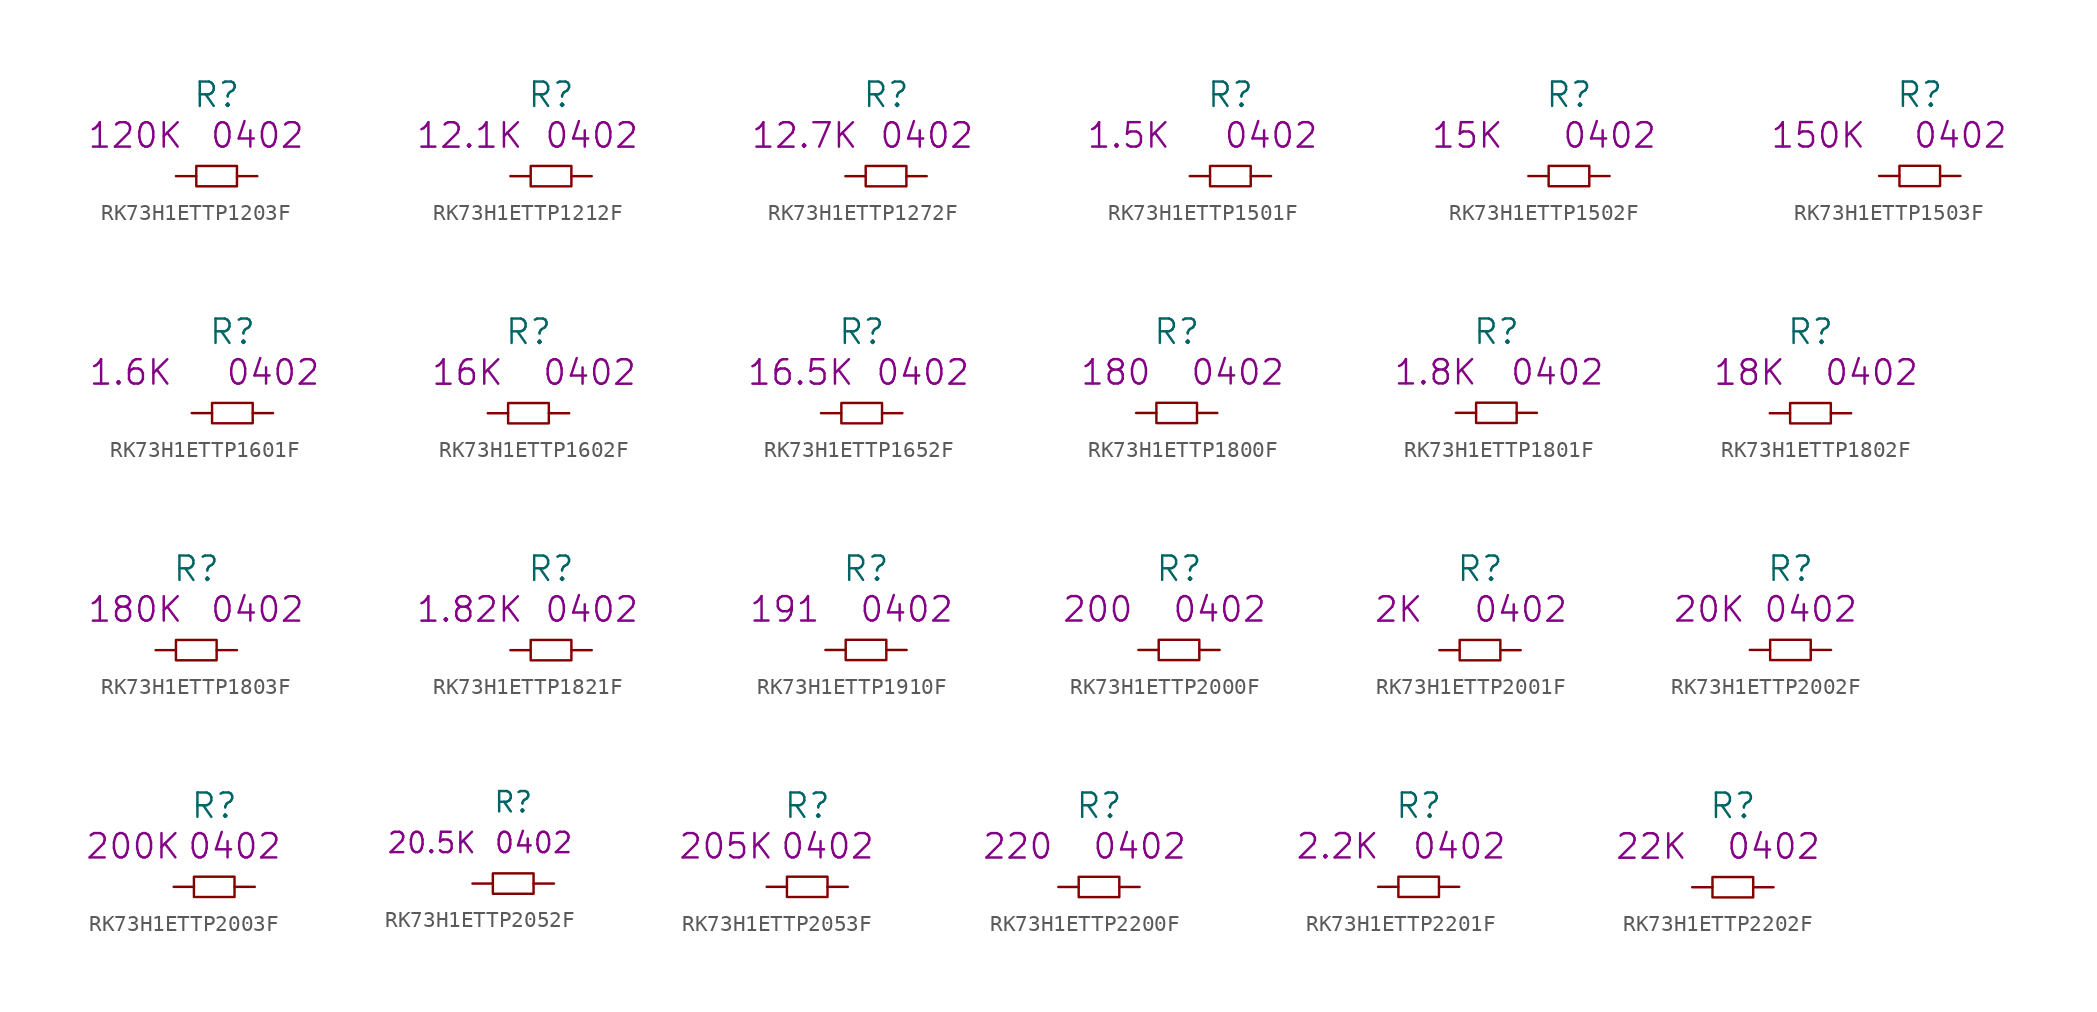
<source format=kicad_sym>
(kicad_symbol_lib
  (version 20220914)
  (generator kicad_symbol_editor)
  (symbol "RK73H1ETTP1203F"
    (pin_numbers hide)
    (pin_names
      (offset 1.016) hide)
    (property "Reference" "R"
      (at 0 5.08 0)
      (effects (font (size 1.524 1.524))))
    (property "Datasheet" ""
      (at 0 5.08 0)
      (effects (font (size 1.524 1.524))))
    (property "Size" "0402"
      (at 2.54 2.54 0)
      (effects (font (size 1.524 1.524))))
    (property "Value2" "120K"
      (at -5.08 2.54 0)
      (effects (font (size 1.524 1.524))))
    (symbol "RK73H1ETTP1203F_0_1"
      (rectangle (start -1.27 0.635) (end 1.27 -0.635) (stroke (width 0) (type solid)) (fill (type none))))
    (symbol "RK73H1ETTP1203F_1_1"
      (pin passive line (at -2.54 0 0) (length 1.27) (name "1" (effects (font (size 1.27 1.27)))) (number "1" (effects (font (size 1.27 1.27)))))
      (pin passive line (at 2.54 0 180) (length 1.27) (name "2" (effects (font (size 1.27 1.27)))) (number "2" (effects (font (size 1.27 1.27)))))))
  (symbol "RK73H1ETTP1212F"
    (pin_numbers hide)
    (pin_names
      (offset 1.016) hide)
    (property "Reference" "R"
      (at 0 5.08 0)
      (effects (font (size 1.524 1.524))))
    (property "Datasheet" ""
      (at 0 5.08 0)
      (effects (font (size 1.524 1.524))))
    (property "Value2" "12.1K"
      (at -5.08 2.54 0)
      (effects (font (size 1.524 1.524))))
    (property "Size" "0402"
      (at 2.54 2.54 0)
      (effects (font (size 1.524 1.524))))
    (symbol "RK73H1ETTP1212F_0_1"
      (rectangle (start -1.27 0.635) (end 1.27 -0.635) (stroke (width 0) (type solid)) (fill (type none))))
    (symbol "RK73H1ETTP1212F_1_1"
      (pin input line (at -2.54 0 0) (length 1.27) (name "1" (effects (font (size 1.27 1.27)))) (number "1" (effects (font (size 1.27 1.27)))))
      (pin input line (at 2.54 0 180) (length 1.27) (name "2" (effects (font (size 1.27 1.27)))) (number "2" (effects (font (size 1.27 1.27)))))))
  (symbol "RK73H1ETTP1272F"
    (pin_numbers hide)
    (pin_names
      (offset 1.016) hide)
    (property "Reference" "R"
      (at 0 5.08 0)
      (effects (font (size 1.524 1.524))))
    (property "Datasheet" ""
      (at 0 5.08 0)
      (effects (font (size 1.524 1.524))))
    (property "Value2" "12.7K"
      (at -5.08 2.54 0)
      (effects (font (size 1.524 1.524))))
    (property "Size" "0402"
      (at 2.54 2.54 0)
      (effects (font (size 1.524 1.524))))
    (symbol "RK73H1ETTP1272F_0_1"
      (rectangle (start -1.27 0.635) (end 1.27 -0.635) (stroke (width 0) (type solid)) (fill (type none))))
    (symbol "RK73H1ETTP1272F_1_1"
      (pin passive line (at -2.54 0 0) (length 1.27) (name "1" (effects (font (size 1.27 1.27)))) (number "1" (effects (font (size 1.27 1.27)))))
      (pin passive line (at 2.54 0 180) (length 1.27) (name "2" (effects (font (size 1.27 1.27)))) (number "2" (effects (font (size 1.27 1.27)))))))
  (symbol "RK73H1ETTP1501F"
    (pin_numbers hide)
    (pin_names
      (offset 1.016) hide)
    (property "Reference" "R"
      (at 0 5.08 0)
      (effects (font (size 1.524 1.524))))
    (property "Datasheet" ""
      (at 0 0 0)
      (effects (font (size 1.524 1.524))))
    (property "Value2" "1.5K"
      (at -6.35 2.54 0)
      (effects (font (size 1.524 1.524))))
    (property "Size" "0402"
      (at 2.54 2.54 0)
      (effects (font (size 1.524 1.524))))
    (symbol "RK73H1ETTP1501F_0_1"
      (rectangle (start -1.27 0.635) (end 1.27 -0.635) (stroke (width 0) (type solid)) (fill (type none))))
    (symbol "RK73H1ETTP1501F_1_1"
      (pin passive line (at -2.54 0 0) (length 1.27) (name "1" (effects (font (size 1.27 1.27)))) (number "1" (effects (font (size 1.27 1.27)))))
      (pin passive line (at 2.54 0 180) (length 1.27) (name "2" (effects (font (size 1.27 1.27)))) (number "2" (effects (font (size 1.27 1.27)))))))
  (symbol "RK73H1ETTP1502F"
    (pin_numbers hide)
    (pin_names
      (offset 1.016) hide)
    (property "Reference" "R"
      (at 0 5.08 0)
      (effects (font (size 1.524 1.524))))
    (property "Datasheet" ""
      (at 0 0 0)
      (effects (font (size 1.524 1.524))))
    (property "Value2" "15K"
      (at -6.35 2.54 0)
      (effects (font (size 1.524 1.524))))
    (property "Size" "0402"
      (at 2.54 2.54 0)
      (effects (font (size 1.524 1.524))))
    (symbol "RK73H1ETTP1502F_0_1"
      (rectangle (start -1.27 0.635) (end 1.27 -0.635) (stroke (width 0) (type solid)) (fill (type none))))
    (symbol "RK73H1ETTP1502F_1_1"
      (pin passive line (at -2.54 0 0) (length 1.27) (name "1" (effects (font (size 1.27 1.27)))) (number "1" (effects (font (size 1.27 1.27)))))
      (pin passive line (at 2.54 0 180) (length 1.27) (name "2" (effects (font (size 1.27 1.27)))) (number "2" (effects (font (size 1.27 1.27)))))))
  (symbol "RK73H1ETTP1503F"
    (pin_numbers hide)
    (pin_names
      (offset 1.016) hide)
    (property "Reference" "R"
      (at 0 5.08 0)
      (effects (font (size 1.524 1.524))))
    (property "Datasheet" ""
      (at 0 0 0)
      (effects (font (size 1.524 1.524))))
    (property "Value2" "150K"
      (at -6.35 2.54 0)
      (effects (font (size 1.524 1.524))))
    (property "Size" "0402"
      (at 2.54 2.54 0)
      (effects (font (size 1.524 1.524))))
    (symbol "RK73H1ETTP1503F_0_1"
      (rectangle (start -1.27 0.635) (end 1.27 -0.635) (stroke (width 0) (type solid)) (fill (type none))))
    (symbol "RK73H1ETTP1503F_1_1"
      (pin passive line (at -2.54 0 0) (length 1.27) (name "1" (effects (font (size 1.27 1.27)))) (number "1" (effects (font (size 1.27 1.27)))))
      (pin passive line (at 2.54 0 180) (length 1.27) (name "2" (effects (font (size 1.27 1.27)))) (number "2" (effects (font (size 1.27 1.27)))))))
  (symbol "RK73H1ETTP1601F"
    (pin_numbers hide)
    (pin_names
      (offset 1.016) hide)
    (property "Reference" "R"
      (at 0 5.08 0)
      (effects (font (size 1.524 1.524))))
    (property "Datasheet" ""
      (at 0 0 0)
      (effects (font (size 1.524 1.524))))
    (property "Value2" "1.6K"
      (at -6.35 2.54 0)
      (effects (font (size 1.524 1.524))))
    (property "Size" "0402"
      (at 2.54 2.54 0)
      (effects (font (size 1.524 1.524))))
    (symbol "RK73H1ETTP1601F_0_1"
      (rectangle (start -1.27 0.635) (end 1.27 -0.635) (stroke (width 0) (type solid)) (fill (type none))))
    (symbol "RK73H1ETTP1601F_1_1"
      (pin passive line (at -2.54 0 0) (length 1.27) (name "1" (effects (font (size 1.27 1.27)))) (number "1" (effects (font (size 1.27 1.27)))))
      (pin passive line (at 2.54 0 180) (length 1.27) (name "2" (effects (font (size 1.27 1.27)))) (number "2" (effects (font (size 1.27 1.27)))))))
  (symbol "RK73H1ETTP1602F"
    (pin_numbers hide)
    (pin_names
      (offset 1.016) hide)
    (property "Reference" "R"
      (at 0 5.08 0)
      (effects (font (size 1.524 1.524))))
    (property "Datasheet" ""
      (at 0 0 0)
      (effects (font (size 1.524 1.524))))
    (property "Value2" "16K"
      (at -3.81 2.54 0)
      (effects (font (size 1.524 1.524))))
    (property "Size" "0402"
      (at 3.81 2.54 0)
      (effects (font (size 1.524 1.524))))
    (symbol "RK73H1ETTP1602F_0_1"
      (rectangle (start -1.27 0.635) (end 1.27 -0.635) (stroke (width 0) (type solid)) (fill (type none))))
    (symbol "RK73H1ETTP1602F_1_1"
      (pin passive line (at -2.54 0 0) (length 1.27) (name "1" (effects (font (size 1.27 1.27)))) (number "1" (effects (font (size 1.27 1.27)))))
      (pin passive line (at 2.54 0 180) (length 1.27) (name "2" (effects (font (size 1.27 1.27)))) (number "2" (effects (font (size 1.27 1.27)))))))
  (symbol "RK73H1ETTP1652F"
    (pin_numbers hide)
    (pin_names
      (offset 1.016) hide)
    (property "Reference" "R"
      (at 0 5.08 0)
      (effects (font (size 1.524 1.524))))
    (property "Datasheet" ""
      (at 0 0 0)
      (effects (font (size 1.524 1.524))))
    (property "Value2" "16.5K"
      (at -3.81 2.54 0)
      (effects (font (size 1.524 1.524))))
    (property "Size" "0402"
      (at 3.81 2.54 0)
      (effects (font (size 1.524 1.524))))
    (symbol "RK73H1ETTP1652F_0_1"
      (rectangle (start -1.27 0.635) (end 1.27 -0.635) (stroke (width 0) (type solid)) (fill (type none))))
    (symbol "RK73H1ETTP1652F_1_1"
      (pin passive line (at -2.54 0 0) (length 1.27) (name "1" (effects (font (size 1.27 1.27)))) (number "1" (effects (font (size 1.27 1.27)))))
      (pin passive line (at 2.54 0 180) (length 1.27) (name "2" (effects (font (size 1.27 1.27)))) (number "2" (effects (font (size 1.27 1.27)))))))
  (symbol "RK73H1ETTP1800F"
    (pin_numbers hide)
    (pin_names
      (offset 1.016) hide)
    (property "Reference" "R"
      (at 0 5.08 0)
      (effects (font (size 1.524 1.524))))
    (property "Datasheet" ""
      (at 0 0 0)
      (effects (font (size 1.524 1.524))))
    (property "Value2" "180"
      (at -3.81 2.54 0)
      (effects (font (size 1.524 1.524))))
    (property "Size" "0402"
      (at 3.81 2.54 0)
      (effects (font (size 1.524 1.524))))
    (symbol "RK73H1ETTP1800F_0_1"
      (rectangle (start -1.27 0.635) (end 1.27 -0.635) (stroke (width 0) (type solid)) (fill (type none))))
    (symbol "RK73H1ETTP1800F_1_1"
      (pin passive line (at -2.54 0 0) (length 1.27) (name "1" (effects (font (size 1.27 1.27)))) (number "1" (effects (font (size 1.27 1.27)))))
      (pin passive line (at 2.54 0 180) (length 1.27) (name "2" (effects (font (size 1.27 1.27)))) (number "2" (effects (font (size 1.27 1.27)))))))
  (symbol "RK73H1ETTP1801F"
    (pin_numbers hide)
    (pin_names
      (offset 1.016) hide)
    (property "Reference" "R"
      (at 0 5.08 0)
      (effects (font (size 1.524 1.524))))
    (property "Datasheet" ""
      (at 0 0 0)
      (effects (font (size 1.524 1.524))))
    (property "Value2" "1.8K"
      (at -3.81 2.54 0)
      (effects (font (size 1.524 1.524))))
    (property "Size" "0402"
      (at 3.81 2.54 0)
      (effects (font (size 1.524 1.524))))
    (symbol "RK73H1ETTP1801F_0_1"
      (rectangle (start -1.27 0.635) (end 1.27 -0.635) (stroke (width 0) (type solid)) (fill (type none))))
    (symbol "RK73H1ETTP1801F_1_1"
      (pin passive line (at -2.54 0 0) (length 1.27) (name "1" (effects (font (size 1.27 1.27)))) (number "1" (effects (font (size 1.27 1.27)))))
      (pin passive line (at 2.54 0 180) (length 1.27) (name "2" (effects (font (size 1.27 1.27)))) (number "2" (effects (font (size 1.27 1.27)))))))
  (symbol "RK73H1ETTP1802F"
    (pin_numbers hide)
    (pin_names
      (offset 1.016) hide)
    (property "Reference" "R"
      (at 0 5.08 0)
      (effects (font (size 1.524 1.524))))
    (property "Datasheet" ""
      (at 0 0 0)
      (effects (font (size 1.524 1.524))))
    (property "Value2" "18K"
      (at -3.81 2.54 0)
      (effects (font (size 1.524 1.524))))
    (property "Size" "0402"
      (at 3.81 2.54 0)
      (effects (font (size 1.524 1.524))))
    (symbol "RK73H1ETTP1802F_0_1"
      (rectangle (start -1.27 0.635) (end 1.27 -0.635) (stroke (width 0) (type solid)) (fill (type none))))
    (symbol "RK73H1ETTP1802F_1_1"
      (pin passive line (at -2.54 0 0) (length 1.27) (name "1" (effects (font (size 1.27 1.27)))) (number "1" (effects (font (size 1.27 1.27)))))
      (pin passive line (at 2.54 0 180) (length 1.27) (name "2" (effects (font (size 1.27 1.27)))) (number "2" (effects (font (size 1.27 1.27)))))))
  (symbol "RK73H1ETTP1803F"
    (pin_numbers hide)
    (pin_names
      (offset 1.016) hide)
    (property "Reference" "R"
      (at 0 5.08 0)
      (effects (font (size 1.524 1.524))))
    (property "Datasheet" ""
      (at 0 0 0)
      (effects (font (size 1.524 1.524))))
    (property "Value2" "180K"
      (at -3.81 2.54 0)
      (effects (font (size 1.524 1.524))))
    (property "Size" "0402"
      (at 3.81 2.54 0)
      (effects (font (size 1.524 1.524))))
    (symbol "RK73H1ETTP1803F_0_1"
      (rectangle (start -1.27 0.635) (end 1.27 -0.635) (stroke (width 0) (type solid)) (fill (type none))))
    (symbol "RK73H1ETTP1803F_1_1"
      (pin passive line (at -2.54 0 0) (length 1.27) (name "1" (effects (font (size 1.27 1.27)))) (number "1" (effects (font (size 1.27 1.27)))))
      (pin passive line (at 2.54 0 180) (length 1.27) (name "2" (effects (font (size 1.27 1.27)))) (number "2" (effects (font (size 1.27 1.27)))))))
  (symbol "RK73H1ETTP1821F"
    (pin_numbers hide)
    (pin_names
      (offset 1.016) hide)
    (property "Reference" "R"
      (at 0 5.08 0)
      (effects (font (size 1.524 1.524))))
    (property "Datasheet" ""
      (at 0 5.08 0)
      (effects (font (size 1.524 1.524))))
    (property "Value2" "1.82K"
      (at -5.08 2.54 0)
      (effects (font (size 1.524 1.524))))
    (property "Size" "0402"
      (at 2.54 2.54 0)
      (effects (font (size 1.524 1.524))))
    (symbol "RK73H1ETTP1821F_0_1"
      (rectangle (start -1.27 0.635) (end 1.27 -0.635) (stroke (width 0) (type solid)) (fill (type none))))
    (symbol "RK73H1ETTP1821F_1_1"
      (pin passive line (at -2.54 0 0) (length 1.27) (name "1" (effects (font (size 1.27 1.27)))) (number "1" (effects (font (size 1.27 1.27)))))
      (pin passive line (at 2.54 0 180) (length 1.27) (name "2" (effects (font (size 1.27 1.27)))) (number "2" (effects (font (size 1.27 1.27)))))))
  (symbol "RK73H1ETTP1910F"
    (pin_numbers hide)
    (pin_names
      (offset 1.016) hide)
    (property "Reference" "R"
      (at 0 5.08 0)
      (effects (font (size 1.524 1.524))))
    (property "Value2" "191"
      (at -5.08 2.54 0)
      (effects (font (size 1.524 1.524))))
    (property "Size" "0402"
      (at 2.54 2.54 0)
      (effects (font (size 1.524 1.524))))
    (symbol "RK73H1ETTP1910F_0_1"
      (rectangle (start -1.27 0.635) (end 1.27 -0.635) (stroke (width 0) (type solid)) (fill (type none))))
    (symbol "RK73H1ETTP1910F_1_1"
      (pin passive line (at -2.54 0 0) (length 1.27) (name "1" (effects (font (size 1.27 1.27)))) (number "1" (effects (font (size 1.27 1.27)))))
      (pin passive line (at 2.54 0 180) (length 1.27) (name "2" (effects (font (size 1.27 1.27)))) (number "2" (effects (font (size 1.27 1.27)))))))
  (symbol "RK73H1ETTP2000F"
    (pin_numbers hide)
    (pin_names
      (offset 1.016) hide)
    (property "Reference" "R"
      (at 0 5.08 0)
      (effects (font (size 1.524 1.524))))
    (property "Value2" "200"
      (at -5.08 2.54 0)
      (effects (font (size 1.524 1.524))))
    (property "Size" "0402"
      (at 2.54 2.54 0)
      (effects (font (size 1.524 1.524))))
    (symbol "RK73H1ETTP2000F_0_1"
      (rectangle (start -1.27 0.635) (end 1.27 -0.635) (stroke (width 0) (type solid)) (fill (type none))))
    (symbol "RK73H1ETTP2000F_1_1"
      (pin passive line (at -2.54 0 0) (length 1.27) (name "1" (effects (font (size 1.27 1.27)))) (number "1" (effects (font (size 1.27 1.27)))))
      (pin passive line (at 2.54 0 180) (length 1.27) (name "2" (effects (font (size 1.27 1.27)))) (number "2" (effects (font (size 1.27 1.27)))))))
  (symbol "RK73H1ETTP2001F"
    (pin_numbers hide)
    (pin_names
      (offset 1.016) hide)
    (property "Reference" "R"
      (at 0 5.08 0)
      (effects (font (size 1.524 1.524))))
    (property "Datasheet" ""
      (at 0 5.08 0)
      (effects (font (size 1.524 1.524))))
    (property "Value2" "2K"
      (at -5.08 2.54 0)
      (effects (font (size 1.524 1.524))))
    (property "Size" "0402"
      (at 2.54 2.54 0)
      (effects (font (size 1.524 1.524))))
    (symbol "RK73H1ETTP2001F_0_1"
      (rectangle (start -1.27 0.635) (end 1.27 -0.635) (stroke (width 0) (type solid)) (fill (type none))))
    (symbol "RK73H1ETTP2001F_1_1"
      (pin passive line (at -2.54 0 0) (length 1.27) (name "1" (effects (font (size 1.27 1.27)))) (number "1" (effects (font (size 1.27 1.27)))))
      (pin passive line (at 2.54 0 180) (length 1.27) (name "2" (effects (font (size 1.27 1.27)))) (number "2" (effects (font (size 1.27 1.27)))))))
  (symbol "RK73H1ETTP2002F"
    (pin_numbers hide)
    (pin_names
      (offset 1.016) hide)
    (property "Reference" "R"
      (at 0 5.08 0)
      (effects (font (size 1.524 1.524))))
    (property "Value2" "20K"
      (at -5.08 2.54 0)
      (effects (font (size 1.524 1.524))))
    (property "Size" "0402"
      (at 1.27 2.54 0)
      (effects (font (size 1.524 1.524))))
    (symbol "RK73H1ETTP2002F_0_1"
      (rectangle (start -1.27 0.635) (end 1.27 -0.635) (stroke (width 0) (type solid)) (fill (type none))))
    (symbol "RK73H1ETTP2002F_1_1"
      (pin passive line (at -2.54 0 0) (length 1.27) (name "1" (effects (font (size 1.27 1.27)))) (number "1" (effects (font (size 1.27 1.27)))))
      (pin passive line (at 2.54 0 180) (length 1.27) (name "2" (effects (font (size 1.27 1.27)))) (number "2" (effects (font (size 1.27 1.27)))))))
  (symbol "RK73H1ETTP2003F"
    (pin_numbers hide)
    (pin_names
      (offset 1.016) hide)
    (property "Reference" "R"
      (at 0 5.08 0)
      (effects (font (size 1.524 1.524))))
    (property "Value2" "200K"
      (at -5.08 2.54 0)
      (effects (font (size 1.524 1.524))))
    (property "Size" "0402"
      (at 1.27 2.54 0)
      (effects (font (size 1.524 1.524))))
    (symbol "RK73H1ETTP2003F_0_1"
      (rectangle (start -1.27 0.635) (end 1.27 -0.635) (stroke (width 0) (type solid)) (fill (type none))))
    (symbol "RK73H1ETTP2003F_1_1"
      (pin passive line (at -2.54 0 0) (length 1.27) (name "1" (effects (font (size 1.27 1.27)))) (number "1" (effects (font (size 1.27 1.27)))))
      (pin passive line (at 2.54 0 180) (length 1.27) (name "2" (effects (font (size 1.27 1.27)))) (number "2" (effects (font (size 1.27 1.27)))))))
  (symbol "RK73H1ETTP2052F"
    (pin_numbers hide)
    (pin_names
      (offset 1.016) hide)
    (property "Reference" "R"
      (at 0 5.08 0)
      (effects (font (size 1.27 1.27))))
    (property "Value2" "20.5K"
      (at -5.08 2.54 0)
      (effects (font (size 1.27 1.27))))
    (property "Size" "0402"
      (at 1.27 2.54 0)
      (effects (font (size 1.27 1.27))))
    (symbol "RK73H1ETTP2052F_0_1"
      (rectangle (start -1.27 0.635) (end 1.27 -0.635) (stroke (width 0) (type solid)) (fill (type none))))
    (symbol "RK73H1ETTP2052F_1_1"
      (pin passive line (at -2.54 0 0) (length 1.27) (name "1" (effects (font (size 1.27 1.27)))) (number "1" (effects (font (size 1.27 1.27)))))
      (pin passive line (at 2.54 0 180) (length 1.27) (name "2" (effects (font (size 1.27 1.27)))) (number "2" (effects (font (size 1.27 1.27)))))))
  (symbol "RK73H1ETTP2053F"
    (pin_numbers hide)
    (pin_names
      (offset 1.016) hide)
    (property "Reference" "R"
      (at 0 5.08 0)
      (effects (font (size 1.524 1.524))))
    (property "Value2" "205K"
      (at -5.08 2.54 0)
      (effects (font (size 1.524 1.524))))
    (property "Size" "0402"
      (at 1.27 2.54 0)
      (effects (font (size 1.524 1.524))))
    (symbol "RK73H1ETTP2053F_0_1"
      (rectangle (start -1.27 0.635) (end 1.27 -0.635) (stroke (width 0) (type solid)) (fill (type none))))
    (symbol "RK73H1ETTP2053F_1_1"
      (pin passive line (at -2.54 0 0) (length 1.27) (name "1" (effects (font (size 1.27 1.27)))) (number "1" (effects (font (size 1.27 1.27)))))
      (pin passive line (at 2.54 0 180) (length 1.27) (name "2" (effects (font (size 1.27 1.27)))) (number "2" (effects (font (size 1.27 1.27)))))))
  (symbol "RK73H1ETTP2200F"
    (pin_numbers hide)
    (pin_names
      (offset 1.016) hide)
    (property "Reference" "R"
      (at 0 5.08 0)
      (effects (font (size 1.524 1.524))))
    (property "Value2" "220"
      (at -5.08 2.54 0)
      (effects (font (size 1.524 1.524))))
    (property "Size" "0402"
      (at 2.54 2.54 0)
      (effects (font (size 1.524 1.524))))
    (symbol "RK73H1ETTP2200F_0_1"
      (rectangle (start -1.27 0.635) (end 1.27 -0.635) (stroke (width 0) (type solid)) (fill (type none))))
    (symbol "RK73H1ETTP2200F_1_1"
      (pin passive line (at -2.54 0 0) (length 1.27) (name "1" (effects (font (size 1.27 1.27)))) (number "1" (effects (font (size 1.27 1.27)))))
      (pin passive line (at 2.54 0 180) (length 1.27) (name "2" (effects (font (size 1.27 1.27)))) (number "2" (effects (font (size 1.27 1.27)))))))
  (symbol "RK73H1ETTP2201F"
    (pin_numbers hide)
    (pin_names
      (offset 1.016) hide)
    (property "Reference" "R"
      (at 0 5.08 0)
      (effects (font (size 1.524 1.524))))
    (property "Datasheet" ""
      (at 0 5.08 0)
      (effects (font (size 1.524 1.524))))
    (property "Value2" "2.2K"
      (at -5.08 2.54 0)
      (effects (font (size 1.524 1.524))))
    (property "Size" "0402"
      (at 2.54 2.54 0)
      (effects (font (size 1.524 1.524))))
    (symbol "RK73H1ETTP2201F_0_1"
      (rectangle (start -1.27 0.635) (end 1.27 -0.635) (stroke (width 0) (type solid)) (fill (type none))))
    (symbol "RK73H1ETTP2201F_1_1"
      (pin passive line (at -2.54 0 0) (length 1.27) (name "1" (effects (font (size 1.27 1.27)))) (number "1" (effects (font (size 1.27 1.27)))))
      (pin passive line (at 2.54 0 180) (length 1.27) (name "2" (effects (font (size 1.27 1.27)))) (number "2" (effects (font (size 1.27 1.27)))))))
  (symbol "RK73H1ETTP2202F"
    (pin_numbers hide)
    (pin_names
      (offset 1.016) hide)
    (property "Reference" "R"
      (at 0 5.08 0)
      (effects (font (size 1.524 1.524))))
    (property "Datasheet" ""
      (at 0 5.08 0)
      (effects (font (size 1.524 1.524))))
    (property "Value2" "22K"
      (at -5.08 2.54 0)
      (effects (font (size 1.524 1.524))))
    (property "Size" "0402"
      (at 2.54 2.54 0)
      (effects (font (size 1.524 1.524))))
    (symbol "RK73H1ETTP2202F_0_1"
      (rectangle (start -1.27 0.635) (end 1.27 -0.635) (stroke (width 0) (type solid)) (fill (type none))))
    (symbol "RK73H1ETTP2202F_1_1"
      (pin passive line (at -2.54 0 0) (length 1.27) (name "1" (effects (font (size 1.27 1.27)))) (number "1" (effects (font (size 1.27 1.27)))))
      (pin passive line (at 2.54 0 180) (length 1.27) (name "2" (effects (font (size 1.27 1.27)))) (number "2" (effects (font (size 1.27 1.27))))))))
</source>
